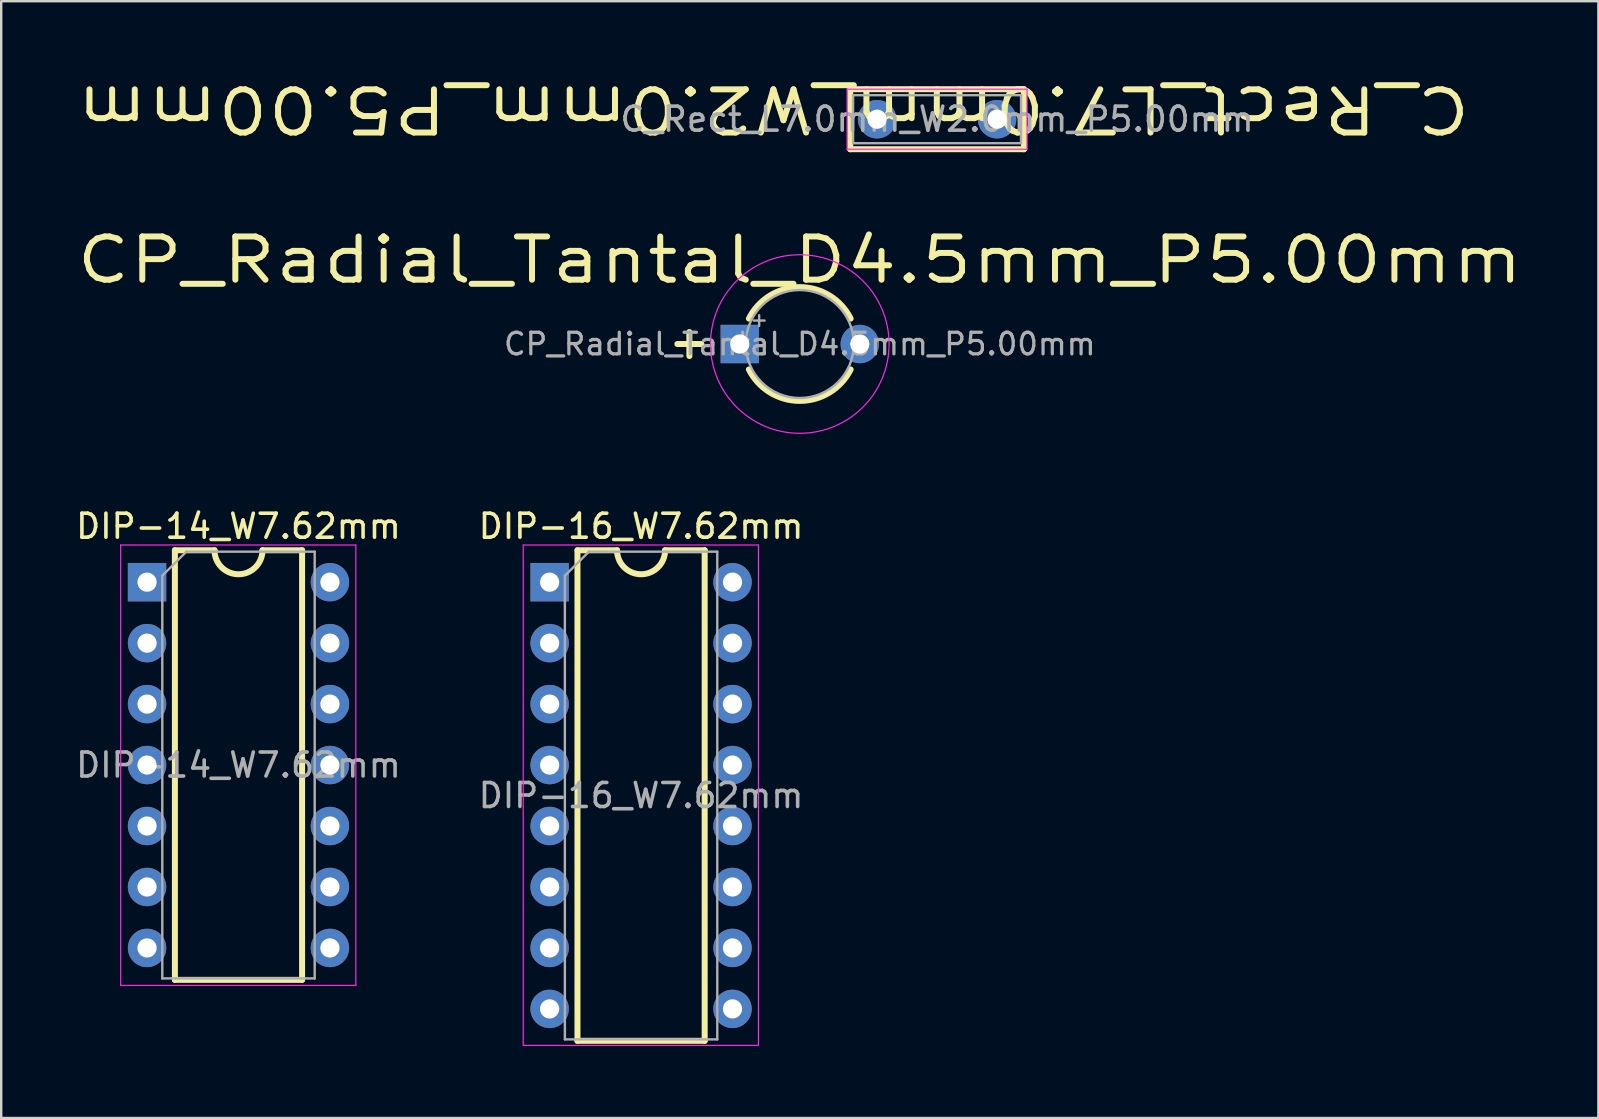
<source format=kicad_pcb>
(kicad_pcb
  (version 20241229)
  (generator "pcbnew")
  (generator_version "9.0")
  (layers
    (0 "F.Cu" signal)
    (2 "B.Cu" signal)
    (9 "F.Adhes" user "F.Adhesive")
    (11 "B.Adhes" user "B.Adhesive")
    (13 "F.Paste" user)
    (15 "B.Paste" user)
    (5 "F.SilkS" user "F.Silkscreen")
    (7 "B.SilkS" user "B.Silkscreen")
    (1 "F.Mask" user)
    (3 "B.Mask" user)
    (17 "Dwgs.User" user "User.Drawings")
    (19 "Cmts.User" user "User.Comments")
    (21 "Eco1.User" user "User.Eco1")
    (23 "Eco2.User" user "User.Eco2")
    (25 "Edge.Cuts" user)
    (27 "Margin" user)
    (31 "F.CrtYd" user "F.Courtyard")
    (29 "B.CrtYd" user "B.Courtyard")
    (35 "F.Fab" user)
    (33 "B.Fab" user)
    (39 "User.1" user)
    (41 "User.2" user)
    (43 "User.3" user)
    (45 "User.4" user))
  (footprint "DIP-14_W7.62mm"
    (layer "F.Cu")
    (at 3.077 21.207)
    (property "Reference" "DIP-14_W7.62mm" (at 3.81 -2.33 0) (layer "F.SilkS") (effects (font (size 1 1) (thickness 0.15))))
    (attr through_hole)
    (fp_line (start 1.16 -1.33) (end 1.16 16.57) (stroke (width 0.25) (type solid)) (layer "F.SilkS"))
    (fp_line (start 1.16 16.57) (end 6.46 16.57) (stroke (width 0.25) (type solid)) (layer "F.SilkS"))
    (fp_line (start 2.81 -1.33) (end 1.16 -1.33) (stroke (width 0.25) (type solid)) (layer "F.SilkS"))
    (fp_line (start 6.46 -1.33) (end 4.81 -1.33) (stroke (width 0.25) (type solid)) (layer "F.SilkS"))
    (fp_line (start 6.46 16.57) (end 6.46 -1.33) (stroke (width 0.25) (type solid)) (layer "F.SilkS"))
    (fp_arc (start 4.81 -1.33) (mid 3.81 -0.33) (end 2.81 -1.33) (stroke (width 0.25) (type solid)) (layer "F.SilkS"))
    (fp_line (start -1.1 -1.55) (end -1.1 16.8) (stroke (width 0.05) (type solid)) (layer "F.CrtYd"))
    (fp_line (start -1.1 16.8) (end 8.7 16.8) (stroke (width 0.05) (type solid)) (layer "F.CrtYd"))
    (fp_line (start 8.7 -1.55) (end -1.1 -1.55) (stroke (width 0.05) (type solid)) (layer "F.CrtYd"))
    (fp_line (start 8.7 16.8) (end 8.7 -1.55) (stroke (width 0.05) (type solid)) (layer "F.CrtYd"))
    (fp_line (start 0.635 -0.27) (end 1.635 -1.27) (stroke (width 0.1) (type solid)) (layer "F.Fab"))
    (fp_line (start 0.635 16.51) (end 0.635 -0.27) (stroke (width 0.1) (type solid)) (layer "F.Fab"))
    (fp_line (start 1.635 -1.27) (end 6.985 -1.27) (stroke (width 0.1) (type solid)) (layer "F.Fab"))
    (fp_line (start 6.985 -1.27) (end 6.985 16.51) (stroke (width 0.1) (type solid)) (layer "F.Fab"))
    (fp_line (start 6.985 16.51) (end 0.635 16.51) (stroke (width 0.1) (type solid)) (layer "F.Fab"))
    (fp_text user "${REFERENCE}" (at 3.81 7.62 0) (layer "F.Fab") (effects (font (size 1 1) (thickness 0.15))))
    (pad "1" thru_hole rect (at 0 0) (size 1.6 1.6) (drill 0.8) (layers "*.Cu" "*.Mask"))
    (pad "2" thru_hole oval (at 0 2.54) (size 1.6 1.6) (drill 0.8) (layers "*.Cu" "*.Mask"))
    (pad "3" thru_hole oval (at 0 5.08) (size 1.6 1.6) (drill 0.8) (layers "*.Cu" "*.Mask"))
    (pad "4" thru_hole oval (at 0 7.62) (size 1.6 1.6) (drill 0.8) (layers "*.Cu" "*.Mask"))
    (pad "5" thru_hole oval (at 0 10.16) (size 1.6 1.6) (drill 0.8) (layers "*.Cu" "*.Mask"))
    (pad "6" thru_hole oval (at 0 12.7) (size 1.6 1.6) (drill 0.8) (layers "*.Cu" "*.Mask"))
    (pad "7" thru_hole oval (at 0 15.24) (size 1.6 1.6) (drill 0.8) (layers "*.Cu" "*.Mask"))
    (pad "8" thru_hole oval (at 7.62 15.24) (size 1.6 1.6) (drill 0.8) (layers "*.Cu" "*.Mask"))
    (pad "9" thru_hole oval (at 7.62 12.7) (size 1.6 1.6) (drill 0.8) (layers "*.Cu" "*.Mask"))
    (pad "10" thru_hole oval (at 7.62 10.16) (size 1.6 1.6) (drill 0.8) (layers "*.Cu" "*.Mask"))
    (pad "11" thru_hole oval (at 7.62 7.62) (size 1.6 1.6) (drill 0.8) (layers "*.Cu" "*.Mask"))
    (pad "12" thru_hole oval (at 7.62 5.08) (size 1.6 1.6) (drill 0.8) (layers "*.Cu" "*.Mask"))
    (pad "13" thru_hole oval (at 7.62 2.54) (size 1.6 1.6) (drill 0.8) (layers "*.Cu" "*.Mask"))
    (pad "14" thru_hole oval (at 7.62 0) (size 1.6 1.6) (drill 0.8) (layers "*.Cu" "*.Mask")))
  (footprint "CP_Radial_Tantal_D4.5mm_P5.00mm"
    (layer "F.Cu")
    (at 27.774 11.284)
    (property "Reference" "CP_Radial_Tantal_D4.5mm_P5.00mm" (at 2.5 -3.5 0) (unlocked yes) (layer "F.SilkS") (effects (font (size 1.8 2.2) (thickness 0.25))))
    (attr through_hole)
    (fp_line (start -2.6 0) (end -1.6 0) (stroke (width 0.25) (type solid)) (layer "F.SilkS"))
    (fp_line (start -2.1 -0.5) (end -2.1 0.5) (stroke (width 0.25) (type solid)) (layer "F.SilkS"))
    (fp_arc (start 0.380259 -1.06) (mid 2.5 -2.37) (end 4.619741 -1.06) (stroke (width 0.25) (type solid)) (layer "F.SilkS"))
    (fp_arc (start 4.619741 1.06) (mid 2.5 2.37) (end 0.380259 1.06) (stroke (width 0.25) (type solid)) (layer "F.SilkS"))
    (fp_circle (center 2.5 0) (end 6.22 0) (stroke (width 0.05) (type solid)) (fill no) (layer "F.CrtYd"))
    (fp_line (start 0.582 -0.978) (end 1.032 -0.978) (stroke (width 0.1) (type solid)) (layer "F.Fab"))
    (fp_line (start 0.807 -1.202) (end 0.807 -0.752) (stroke (width 0.1) (type solid)) (layer "F.Fab"))
    (fp_circle (center 2.5 0) (end 4.75 0) (stroke (width 0.1) (type solid)) (fill no) (layer "F.Fab"))
    (fp_text user "${REFERENCE}" (at 2.5 0 0) (layer "F.Fab") (effects (font (size 0.9 0.9) (thickness 0.135))))
    (pad "1" thru_hole rect (at 0 0) (size 1.6 1.6) (drill 0.8) (layers "*.Cu" "*.Mask"))
    (pad "2" thru_hole circle (at 5 0) (size 1.6 1.6) (drill 0.8) (layers "*.Cu" "*.Mask")))
  (footprint "C_Rect_L7.0mm_W2.0mm_P5.00mm"
    (layer "F.Cu")
    (at 33.494 1.917)
    (property "Reference" "C_Rect_L7.0mm_W2.0mm_P5.00mm" (at -4.32 -0.425 180) (unlocked yes) (layer "F.SilkS") (effects (font (size 1.8 2.2) (thickness 0.25))))
    (attr through_hole dnp)
    (fp_line (start -1.12 -1.25) (end -1.12 1.25) (stroke (width 0.25) (type solid)) (layer "F.SilkS"))
    (fp_line (start -1.12 -1.25) (end 6.12 -1.25) (stroke (width 0.25) (type solid)) (layer "F.SilkS"))
    (fp_line (start -1.12 1.25) (end 6.12 1.25) (stroke (width 0.25) (type solid)) (layer "F.SilkS"))
    (fp_line (start 6.12 -1.25) (end 6.12 1.25) (stroke (width 0.25) (type solid)) (layer "F.SilkS"))
    (fp_line (start -1.25 -1.25) (end -1.25 1.25) (stroke (width 0.05) (type solid)) (layer "F.CrtYd"))
    (fp_line (start -1.25 1.25) (end 6.25 1.25) (stroke (width 0.05) (type solid)) (layer "F.CrtYd"))
    (fp_line (start 6.25 -1.25) (end -1.25 -1.25) (stroke (width 0.05) (type solid)) (layer "F.CrtYd"))
    (fp_line (start 6.25 1.25) (end 6.25 -1.25) (stroke (width 0.05) (type solid)) (layer "F.CrtYd"))
    (fp_line (start -1 -1) (end -1 1) (stroke (width 0.1) (type solid)) (layer "F.Fab"))
    (fp_line (start -1 1) (end 6 1) (stroke (width 0.1) (type solid)) (layer "F.Fab"))
    (fp_line (start 6 -1) (end -1 -1) (stroke (width 0.1) (type solid)) (layer "F.Fab"))
    (fp_line (start 6 1) (end 6 -1) (stroke (width 0.1) (type solid)) (layer "F.Fab"))
    (fp_text user "${REFERENCE}" (at 2.5 0 180) (layer "F.Fab") (effects (font (size 1 1) (thickness 0.15))))
    (pad "1" thru_hole circle (at 0 0) (size 1.6 1.6) (drill 0.8) (layers "*.Cu" "*.Mask"))
    (pad "2" thru_hole circle (at 5 0) (size 1.6 1.6) (drill 0.8) (layers "*.Cu" "*.Mask")))
  (footprint "DIP-16_W7.62mm"
    (layer "F.Cu")
    (at 19.851 21.207)
    (property "Reference" "DIP-16_W7.62mm" (at 3.81 -2.33 0) (layer "F.SilkS") (effects (font (size 1 1) (thickness 0.15))))
    (attr through_hole)
    (fp_line (start 1.16 -1.33) (end 1.16 19.11) (stroke (width 0.25) (type solid)) (layer "F.SilkS"))
    (fp_line (start 1.16 19.11) (end 6.46 19.11) (stroke (width 0.25) (type solid)) (layer "F.SilkS"))
    (fp_line (start 2.81 -1.33) (end 1.16 -1.33) (stroke (width 0.25) (type solid)) (layer "F.SilkS"))
    (fp_line (start 6.46 -1.33) (end 4.81 -1.33) (stroke (width 0.25) (type solid)) (layer "F.SilkS"))
    (fp_line (start 6.46 19.11) (end 6.46 -1.33) (stroke (width 0.25) (type solid)) (layer "F.SilkS"))
    (fp_arc (start 4.81 -1.33) (mid 3.81 -0.33) (end 2.81 -1.33) (stroke (width 0.25) (type solid)) (layer "F.SilkS"))
    (fp_line (start -1.1 -1.55) (end -1.1 19.3) (stroke (width 0.05) (type solid)) (layer "F.CrtYd"))
    (fp_line (start -1.1 19.3) (end 8.7 19.3) (stroke (width 0.05) (type solid)) (layer "F.CrtYd"))
    (fp_line (start 8.7 -1.55) (end -1.1 -1.55) (stroke (width 0.05) (type solid)) (layer "F.CrtYd"))
    (fp_line (start 8.7 19.3) (end 8.7 -1.55) (stroke (width 0.05) (type solid)) (layer "F.CrtYd"))
    (fp_line (start 0.635 -0.27) (end 1.635 -1.27) (stroke (width 0.1) (type solid)) (layer "F.Fab"))
    (fp_line (start 0.635 19.05) (end 0.635 -0.27) (stroke (width 0.1) (type solid)) (layer "F.Fab"))
    (fp_line (start 1.635 -1.27) (end 6.985 -1.27) (stroke (width 0.1) (type solid)) (layer "F.Fab"))
    (fp_line (start 6.985 -1.27) (end 6.985 19.05) (stroke (width 0.1) (type solid)) (layer "F.Fab"))
    (fp_line (start 6.985 19.05) (end 0.635 19.05) (stroke (width 0.1) (type solid)) (layer "F.Fab"))
    (fp_text user "${REFERENCE}" (at 3.81 8.89 0) (layer "F.Fab") (effects (font (size 1 1) (thickness 0.15))))
    (pad "1" thru_hole rect (at 0 0) (size 1.6 1.6) (drill 0.8) (layers "*.Cu" "*.Mask"))
    (pad "2" thru_hole oval (at 0 2.54) (size 1.6 1.6) (drill 0.8) (layers "*.Cu" "*.Mask"))
    (pad "3" thru_hole oval (at 0 5.08) (size 1.6 1.6) (drill 0.8) (layers "*.Cu" "*.Mask"))
    (pad "4" thru_hole oval (at 0 7.62) (size 1.6 1.6) (drill 0.8) (layers "*.Cu" "*.Mask"))
    (pad "5" thru_hole oval (at 0 10.16) (size 1.6 1.6) (drill 0.8) (layers "*.Cu" "*.Mask"))
    (pad "6" thru_hole oval (at 0 12.7) (size 1.6 1.6) (drill 0.8) (layers "*.Cu" "*.Mask"))
    (pad "7" thru_hole oval (at 0 15.24) (size 1.6 1.6) (drill 0.8) (layers "*.Cu" "*.Mask"))
    (pad "8" thru_hole oval (at 0 17.78) (size 1.6 1.6) (drill 0.8) (layers "*.Cu" "*.Mask"))
    (pad "9" thru_hole oval (at 7.62 17.78) (size 1.6 1.6) (drill 0.8) (layers "*.Cu" "*.Mask"))
    (pad "10" thru_hole oval (at 7.62 15.24) (size 1.6 1.6) (drill 0.8) (layers "*.Cu" "*.Mask"))
    (pad "11" thru_hole oval (at 7.62 12.7) (size 1.6 1.6) (drill 0.8) (layers "*.Cu" "*.Mask"))
    (pad "12" thru_hole oval (at 7.62 10.16) (size 1.6 1.6) (drill 0.8) (layers "*.Cu" "*.Mask"))
    (pad "13" thru_hole oval (at 7.62 7.62) (size 1.6 1.6) (drill 0.8) (layers "*.Cu" "*.Mask"))
    (pad "14" thru_hole oval (at 7.62 5.08) (size 1.6 1.6) (drill 0.8) (layers "*.Cu" "*.Mask"))
    (pad "15" thru_hole oval (at 7.62 2.54) (size 1.6 1.6) (drill 0.8) (layers "*.Cu" "*.Mask"))
    (pad "16" thru_hole oval (at 7.62 0) (size 1.6 1.6) (drill 0.8) (layers "*.Cu" "*.Mask")))
  (gr_rect
    (start -3 -3)
    (end 63.548 43.532)
    (stroke (width 0.1) (type default))
    (fill no)
    (layer "Edge.Cuts")))
</source>
